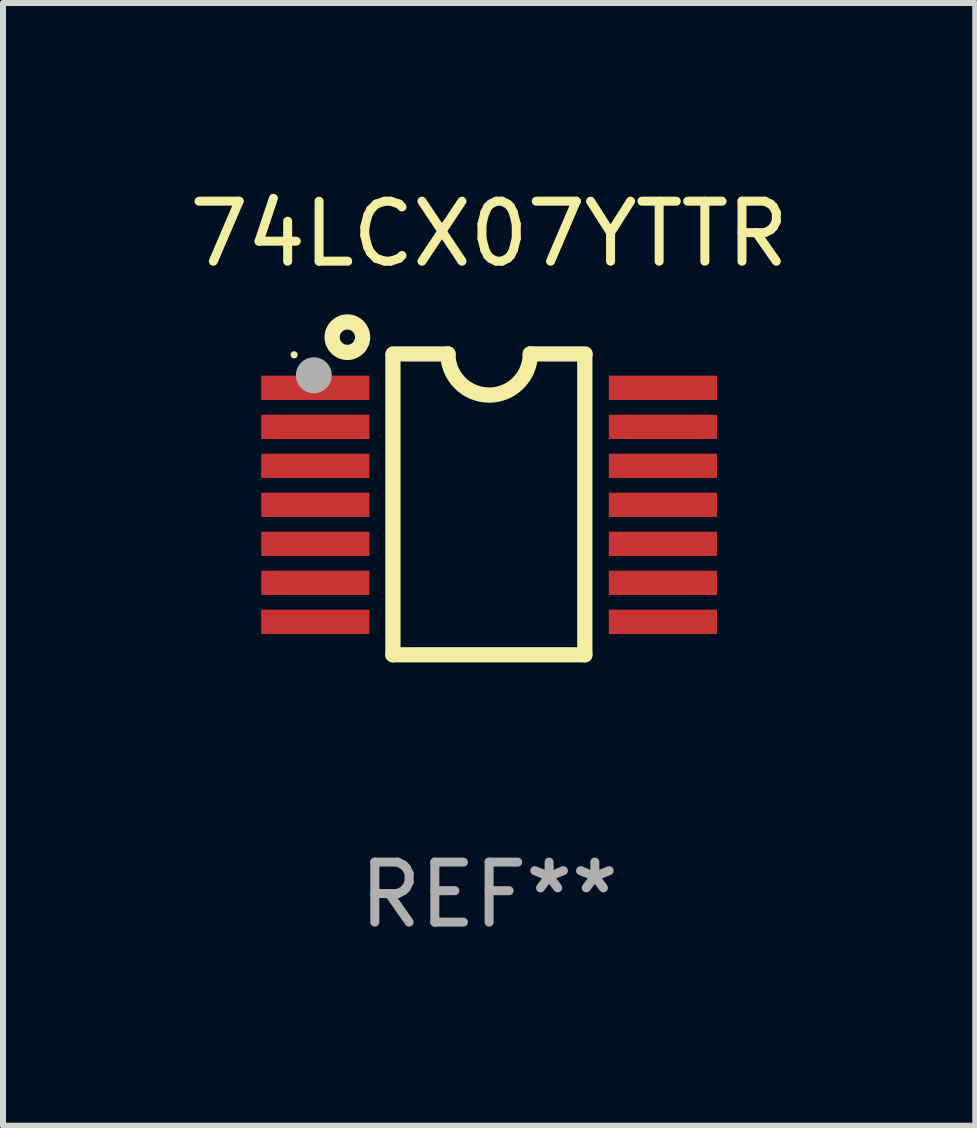
<source format=kicad_pcb>
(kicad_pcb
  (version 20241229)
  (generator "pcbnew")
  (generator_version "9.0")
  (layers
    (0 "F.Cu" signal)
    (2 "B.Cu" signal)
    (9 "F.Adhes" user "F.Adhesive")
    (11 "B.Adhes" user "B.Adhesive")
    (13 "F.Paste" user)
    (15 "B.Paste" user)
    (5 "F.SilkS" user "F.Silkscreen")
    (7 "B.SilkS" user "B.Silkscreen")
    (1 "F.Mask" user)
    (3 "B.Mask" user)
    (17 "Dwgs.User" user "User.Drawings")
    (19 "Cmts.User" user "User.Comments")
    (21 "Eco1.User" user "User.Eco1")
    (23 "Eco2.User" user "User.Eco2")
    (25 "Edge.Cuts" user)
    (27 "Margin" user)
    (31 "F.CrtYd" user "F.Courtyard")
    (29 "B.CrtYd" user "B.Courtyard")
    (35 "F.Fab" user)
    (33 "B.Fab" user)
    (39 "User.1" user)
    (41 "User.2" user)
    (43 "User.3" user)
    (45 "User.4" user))
  (footprint "74LCX07YTTR"
    (layer "F.Cu")
    (at 5.101 5.355)
    (property "Reference" "74LCX07YTTR" (at 0 -4.507 0) (layer "F.SilkS") (effects (font (size 1 1) (thickness 0.15))))
    (attr through_hole)
    (fp_line (start -1.603 2.507) (end -1.603 -2.494) (stroke (width 0.254) (type solid)) (layer "F.SilkS"))
    (fp_line (start -1.603 2.507) (end 1.595 2.507) (stroke (width 0.254) (type solid)) (layer "F.SilkS"))
    (fp_line (start -1.6 -2.507) (end -0.686 -2.507) (stroke (width 0.254) (type solid)) (layer "F.SilkS"))
    (fp_line (start 0.686 -2.507) (end 1.6 -2.507) (stroke (width 0.254) (type solid)) (layer "F.SilkS"))
    (fp_line (start 1.595 2.507) (end 1.595 -2.494) (stroke (width 0.254) (type solid)) (layer "F.SilkS"))
    (fp_arc (start 0.685852 -2.506998) (mid 0.000051 -1.821197) (end -0.68575 -2.506998) (stroke (width 0.254001) (type solid)) (layer "F.SilkS"))
    (fp_circle (center -3.25 -2.492) (end -3.22 -2.492) (stroke (width 0.06) (type solid)) (fill no) (layer "F.SilkS"))
    (fp_circle (center -2.362 -2.786) (end -2.108 -2.786) (stroke (width 0.254) (type solid)) (fill no) (layer "F.SilkS"))
    (fp_circle (center -2.921 -2.151) (end -2.771 -2.151) (stroke (width 0.3) (type solid)) (fill no) (layer "F.Fab"))
    (fp_text user "REF**" (at 0 6.507 0) (layer "F.Fab") (effects (font (size 1 1) (thickness 0.15))))
    (pad "1" smd rect (at -2.896 -1.942) (size 1.803 0.406) (layers "F.Cu" "F.Mask" "F.Paste"))
    (pad "2" smd rect (at -2.896 -1.292) (size 1.803 0.406) (layers "F.Cu" "F.Mask" "F.Paste"))
    (pad "3" smd rect (at -2.896 -0.642) (size 1.803 0.406) (layers "F.Cu" "F.Mask" "F.Paste"))
    (pad "4" smd rect (at -2.896 0.008) (size 1.803 0.406) (layers "F.Cu" "F.Mask" "F.Paste"))
    (pad "5" smd rect (at -2.896 0.658) (size 1.803 0.406) (layers "F.Cu" "F.Mask" "F.Paste"))
    (pad "6" smd rect (at -2.896 1.308) (size 1.803 0.406) (layers "F.Cu" "F.Mask" "F.Paste"))
    (pad "7" smd rect (at -2.896 1.958) (size 1.803 0.406) (layers "F.Cu" "F.Mask" "F.Paste"))
    (pad "8" smd rect (at 2.896 1.958) (size 1.803 0.406) (layers "F.Cu" "F.Mask" "F.Paste"))
    (pad "9" smd rect (at 2.896 1.308) (size 1.803 0.406) (layers "F.Cu" "F.Mask" "F.Paste"))
    (pad "10" smd rect (at 2.896 0.658) (size 1.803 0.406) (layers "F.Cu" "F.Mask" "F.Paste"))
    (pad "11" smd rect (at 2.896 0.008) (size 1.803 0.406) (layers "F.Cu" "F.Mask" "F.Paste"))
    (pad "12" smd rect (at 2.896 -0.642) (size 1.803 0.406) (layers "F.Cu" "F.Mask" "F.Paste"))
    (pad "13" smd rect (at 2.896 -1.292) (size 1.803 0.406) (layers "F.Cu" "F.Mask" "F.Paste"))
    (pad "14" smd rect (at 2.896 -1.942) (size 1.803 0.406) (layers "F.Cu" "F.Mask" "F.Paste")))
  (gr_rect
    (start -3 -3)
    (end 13.202 15.71)
    (stroke (width 0.1) (type default))
    (fill no)
    (layer "Edge.Cuts")))
</source>
